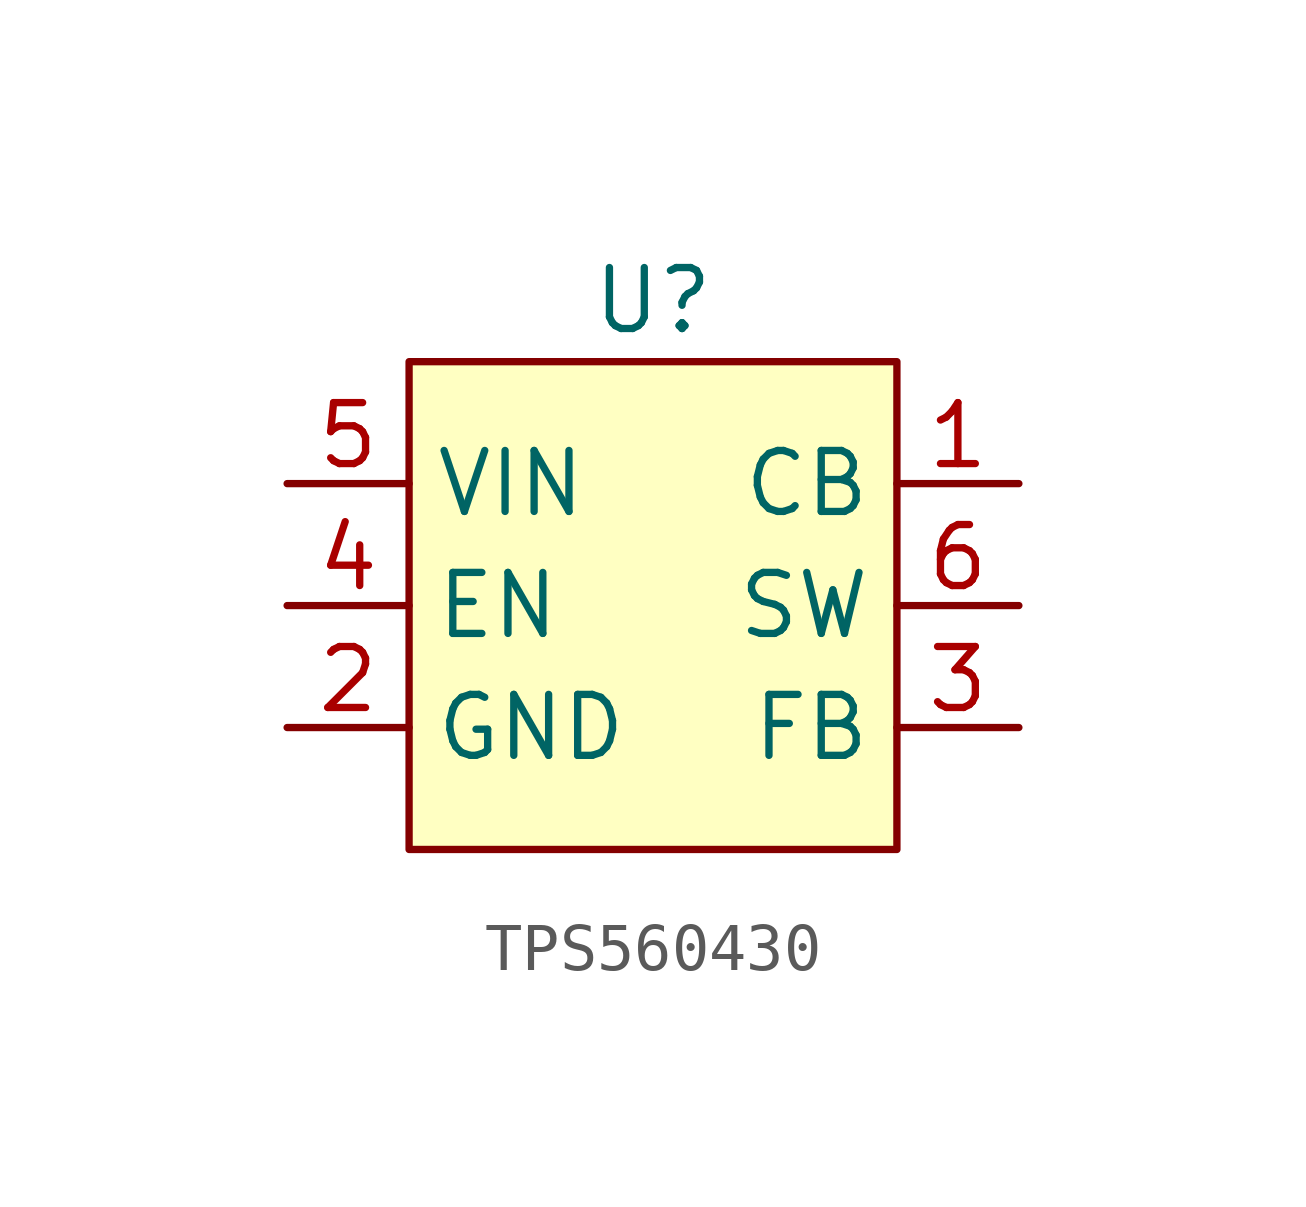
<source format=kicad_sym>
(kicad_symbol_lib
  (version 20231120)
  (generator "kicad_symbol_editor")
  (generator_version "8.0")
  (symbol "TPS560430"
    (property "Reference" "U"
      (at 0 6.35 0)
      (effects (font (size 1.27 1.27))))
    (property "Value" ""
      (at 0 0 0)
      (effects (font (size 1.27 1.27))))
    (symbol "TPS560430_1_1"
      (rectangle (start -5.08 5.08) (end 5.08 -5.08) (stroke (width 0) (type default)) (fill (type background)))
      (pin bidirectional line (at 7.62 2.54 180) (length 2.54) (name "CB" (effects (font (size 1.27 1.27)))) (number "1" (effects (font (size 1.27 1.27)))))
      (pin power_in line (at -7.62 -2.54 0) (length 2.54) (name "GND" (effects (font (size 1.27 1.27)))) (number "2" (effects (font (size 1.27 1.27)))))
      (pin input line (at 7.62 -2.54 180) (length 2.54) (name "FB" (effects (font (size 1.27 1.27)))) (number "3" (effects (font (size 1.27 1.27)))))
      (pin input line (at -7.62 0 0) (length 2.54) (name "EN" (effects (font (size 1.27 1.27)))) (number "4" (effects (font (size 1.27 1.27)))))
      (pin power_in line (at -7.62 2.54 0) (length 2.54) (name "VIN" (effects (font (size 1.27 1.27)))) (number "5" (effects (font (size 1.27 1.27)))))
      (pin power_out line (at 7.62 0 180) (length 2.54) (name "SW" (effects (font (size 1.27 1.27)))) (number "6" (effects (font (size 1.27 1.27))))))))
</source>
